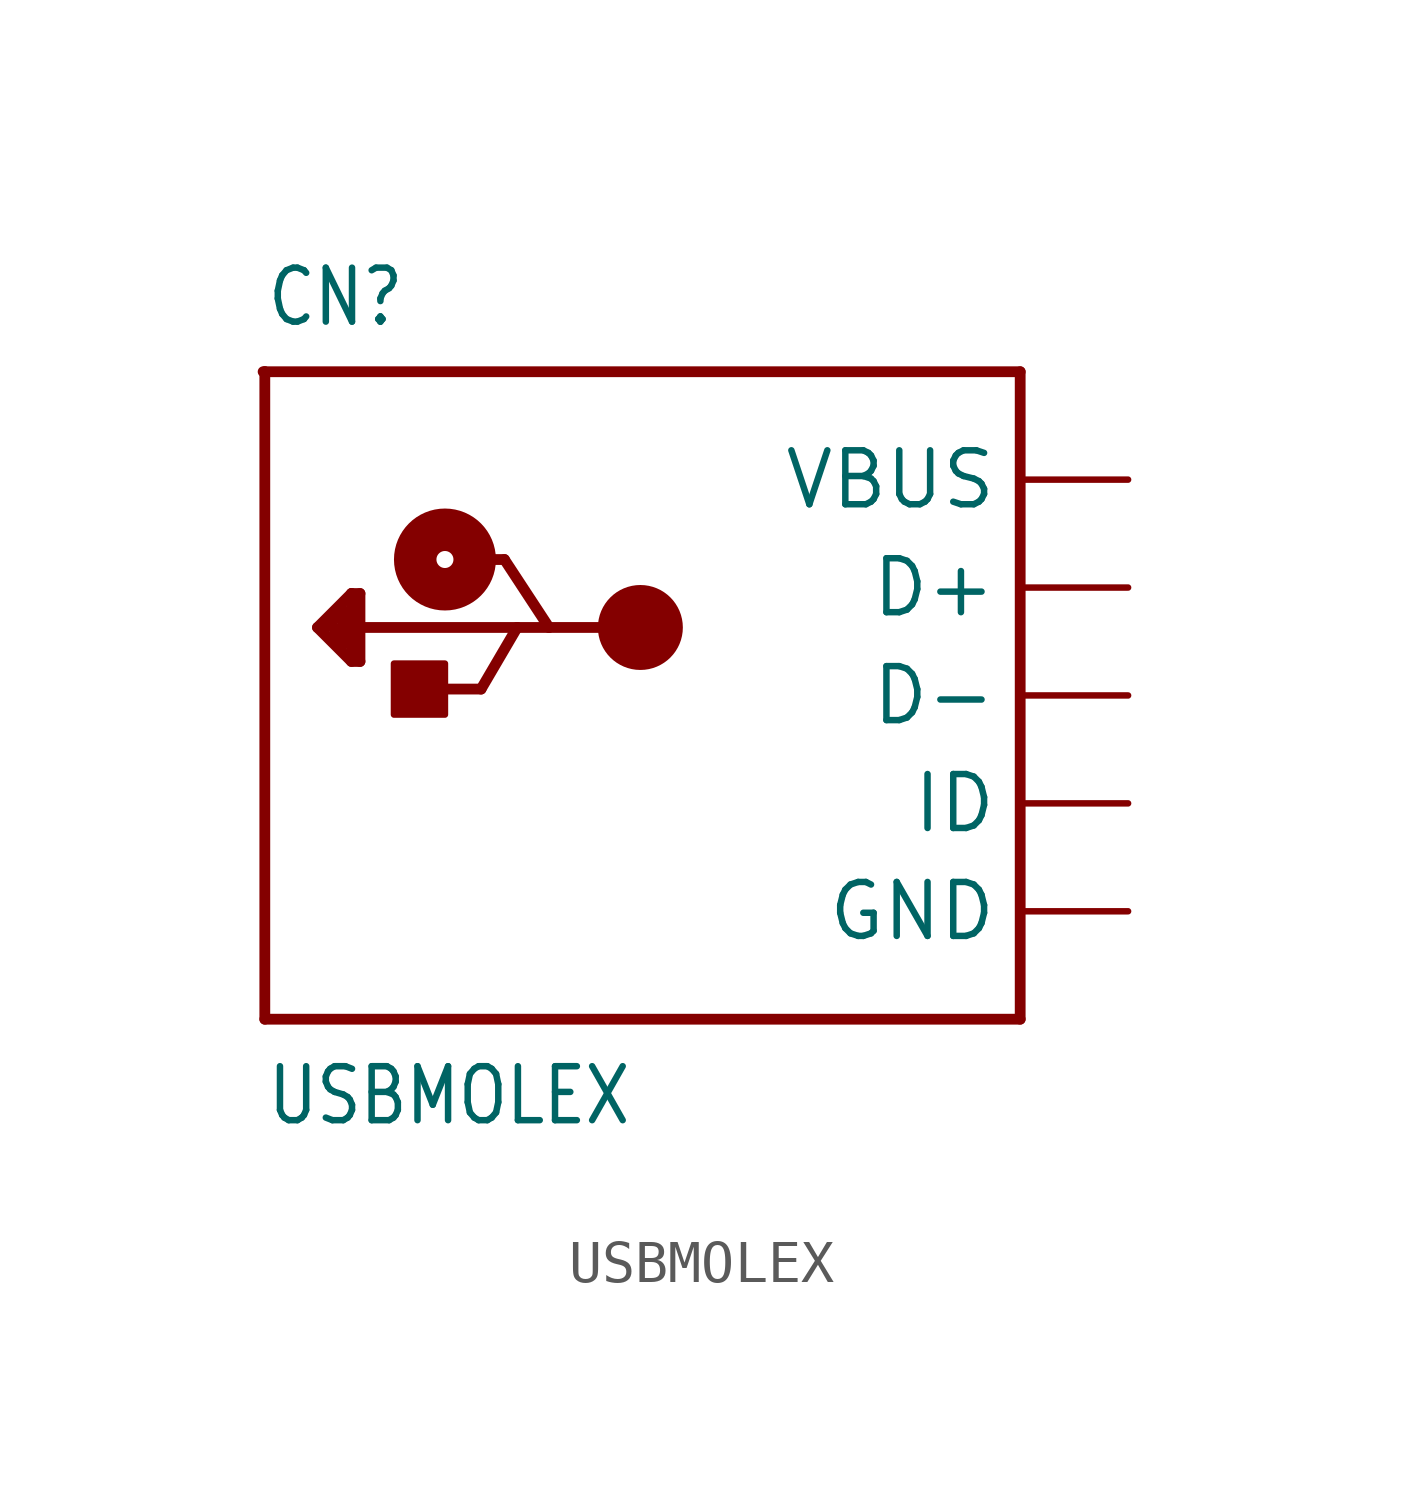
<source format=kicad_sym>
(kicad_symbol_lib
  (version 20211014)
  (generator kicad_symbol_editor)
  (symbol "USBMOLEX"
    (property "Reference" "CN"
      (at -10.16 8.636 0)
      (effects (font (size 1.27 1.079)) (justify left bottom)))
    (property "Value" "USBMOLEX"
      (at -10.16 -10.16 0)
      (effects (font (size 1.27 1.079)) (justify left bottom)))
    (property "ki_locked" ""
      (at 0 0 0)
      (effects (font (size 1.27 1.27))))
    (symbol "USBMOLEX_1_0"
      (rectangle (start -7.12 -0.45) (end -5.92 0.75) (stroke (width 0) (type default) (color 0 0 0 0)) (fill (type outline)))
      (circle (center -5.92 3.2) (radius 0.2) (stroke (width 1) (type default) (color 0 0 0 0)) (fill (type none)))
      (circle (center -1.32 1.6) (radius 0.5) (stroke (width 1) (type default) (color 0 0 0 0)) (fill (type none)))
      (polyline (pts (xy -10.2 7.62) (xy -10.16 7.62)) (stroke (width 0.254) (type default) (color 0 0 0 0)) (fill (type none)))
      (polyline (pts (xy -10.16 -7.62) (xy 7.62 -7.62)) (stroke (width 0.254) (type default) (color 0 0 0 0)) (fill (type none)))
      (polyline (pts (xy -10.16 7.62) (xy -10.16 -7.62)) (stroke (width 0.254) (type default) (color 0 0 0 0)) (fill (type none)))
      (polyline (pts (xy -10.16 7.62) (xy 7.62 7.62)) (stroke (width 0.254) (type default) (color 0 0 0 0)) (fill (type none)))
      (polyline (pts (xy -8.92 1.6) (xy -8.12 2.4)) (stroke (width 0.254) (type default) (color 0 0 0 0)) (fill (type none)))
      (polyline (pts (xy -8.52 1.4) (xy -8.32 1.2)) (stroke (width 0.254) (type default) (color 0 0 0 0)) (fill (type none)))
      (polyline (pts (xy -8.52 1.6) (xy -8.52 1.4)) (stroke (width 0.254) (type default) (color 0 0 0 0)) (fill (type none)))
      (polyline (pts (xy -8.32 1.2) (xy -8.32 2)) (stroke (width 0.254) (type default) (color 0 0 0 0)) (fill (type none)))
      (polyline (pts (xy -8.32 2) (xy -8.72 1.6)) (stroke (width 0.254) (type default) (color 0 0 0 0)) (fill (type none)))
      (polyline (pts (xy -8.12 0.8) (xy -8.92 1.6)) (stroke (width 0.254) (type default) (color 0 0 0 0)) (fill (type none)))
      (polyline (pts (xy -8.12 1) (xy -8.12 2.4)) (stroke (width 0.254) (type default) (color 0 0 0 0)) (fill (type none)))
      (polyline (pts (xy -8.12 2.4) (xy -7.92 2.4)) (stroke (width 0.254) (type default) (color 0 0 0 0)) (fill (type none)))
      (polyline (pts (xy -7.92 0.8) (xy -8.12 0.8)) (stroke (width 0.254) (type default) (color 0 0 0 0)) (fill (type none)))
      (polyline (pts (xy -7.92 1.6) (xy -7.92 0.8)) (stroke (width 0.254) (type default) (color 0 0 0 0)) (fill (type none)))
      (polyline (pts (xy -7.92 2.4) (xy -7.92 1.6)) (stroke (width 0.254) (type default) (color 0 0 0 0)) (fill (type none)))
      (polyline (pts (xy -6.27 0.15) (xy -5.07 0.15)) (stroke (width 0.254) (type default) (color 0 0 0 0)) (fill (type none)))
      (polyline (pts (xy -5.52 3.2) (xy -4.52 3.2)) (stroke (width 0.254) (type default) (color 0 0 0 0)) (fill (type none)))
      (polyline (pts (xy -5.07 0.15) (xy -4.22 1.6)) (stroke (width 0.254) (type default) (color 0 0 0 0)) (fill (type none)))
      (polyline (pts (xy -4.52 3.2) (xy -3.47 1.6)) (stroke (width 0.254) (type default) (color 0 0 0 0)) (fill (type none)))
      (polyline (pts (xy -4.22 1.6) (xy -7.92 1.6)) (stroke (width 0.254) (type default) (color 0 0 0 0)) (fill (type none)))
      (polyline (pts (xy -3.47 1.6) (xy -4.22 1.6)) (stroke (width 0.254) (type default) (color 0 0 0 0)) (fill (type none)))
      (polyline (pts (xy -1.32 1.6) (xy -3.47 1.6)) (stroke (width 0.254) (type default) (color 0 0 0 0)) (fill (type none)))
      (polyline (pts (xy 7.62 7.62) (xy 7.62 -7.62)) (stroke (width 0.254) (type default) (color 0 0 0 0)) (fill (type none)))
      (pin bidirectional line (at 10.16 2.54 180) (length 2.54) (name "D+" (effects (font (size 1.27 1.27)))) (number "D+" (effects (font (size 0 0)))))
      (pin bidirectional line (at 10.16 0 180) (length 2.54) (name "D-" (effects (font (size 1.27 1.27)))) (number "D-" (effects (font (size 0 0)))))
      (pin power_in line (at 10.16 -5.08 180) (length 2.54) (name "GND" (effects (font (size 1.27 1.27)))) (number "GND" (effects (font (size 0 0)))))
      (pin bidirectional line (at 10.16 -2.54 180) (length 2.54) (name "ID" (effects (font (size 1.27 1.27)))) (number "ID" (effects (font (size 0 0)))))
      (pin power_in line (at 10.16 5.08 180) (length 2.54) (name "VBUS" (effects (font (size 1.27 1.27)))) (number "VBUS" (effects (font (size 0 0))))))))
</source>
